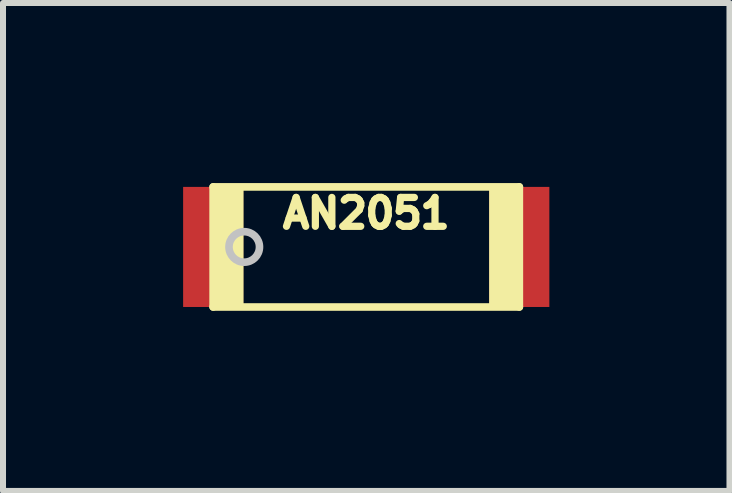
<source format=kicad_pcb>
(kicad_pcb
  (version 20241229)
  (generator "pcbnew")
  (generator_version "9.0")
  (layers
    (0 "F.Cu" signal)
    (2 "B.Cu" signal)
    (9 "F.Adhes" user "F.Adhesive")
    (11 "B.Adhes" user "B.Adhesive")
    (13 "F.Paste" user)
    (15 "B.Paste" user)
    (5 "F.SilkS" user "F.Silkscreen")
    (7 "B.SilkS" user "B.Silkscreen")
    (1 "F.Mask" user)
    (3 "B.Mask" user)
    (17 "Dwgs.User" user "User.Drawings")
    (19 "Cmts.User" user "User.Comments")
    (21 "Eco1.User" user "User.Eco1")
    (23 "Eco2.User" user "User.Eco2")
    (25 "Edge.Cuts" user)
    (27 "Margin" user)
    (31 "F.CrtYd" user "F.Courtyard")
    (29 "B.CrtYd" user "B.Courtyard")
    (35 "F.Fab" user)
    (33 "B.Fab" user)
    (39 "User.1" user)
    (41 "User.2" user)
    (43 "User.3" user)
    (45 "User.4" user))
  (footprint "AN2051"
    (layer "F.Cu")
    (at 3.05 1.063)
    (property "Reference" "AN2051" (at -0.000005 -0.56 0) (layer "F.SilkS") (effects (font (size 0.481 0.481) (thickness 0.15))))
    (attr through_hole)
    (fp_line (start -2.55 -1) (end 2.55 -1) (stroke (width 0.127) (type solid)) (layer "F.SilkS"))
    (fp_line (start -2.55 1) (end -2.55 -1) (stroke (width 0.127) (type solid)) (layer "F.SilkS"))
    (fp_line (start 2.55 -1) (end 2.55 1) (stroke (width 0.127) (type solid)) (layer "F.SilkS"))
    (fp_line (start 2.55 1) (end -2.55 1) (stroke (width 0.127) (type solid)) (layer "F.SilkS"))
    (fp_poly (pts (xy -2.554 -1) (xy -2.05 -1) (xy -2.05 1.002) (xy -2.554 1.002)) (stroke (width 0.01) (type solid)) (fill yes) (layer "F.SilkS"))
    (fp_poly (pts (xy 2.05 -1) (xy 2.55 -1) (xy 2.55 1) (xy 2.05 1)) (stroke (width 0.01) (type solid)) (fill yes) (layer "F.SilkS"))
    (fp_circle (center -2.032 0) (end -1.778 0) (stroke (width 0.127) (type solid)) (fill no) (layer "Dwgs.User"))
    (pad "P$1" smd rect (at -2.55 0) (size 1 2) (layers "F.Cu" "F.Mask" "F.Paste"))
    (pad "P$2" smd rect (at 2.55 0) (size 1 2) (layers "F.Cu" "F.Mask" "F.Paste")))
  (gr_rect
    (start -3 -3)
    (end 9.1 5.127)
    (stroke (width 0.1) (type default))
    (fill no)
    (layer "Edge.Cuts")))
</source>
